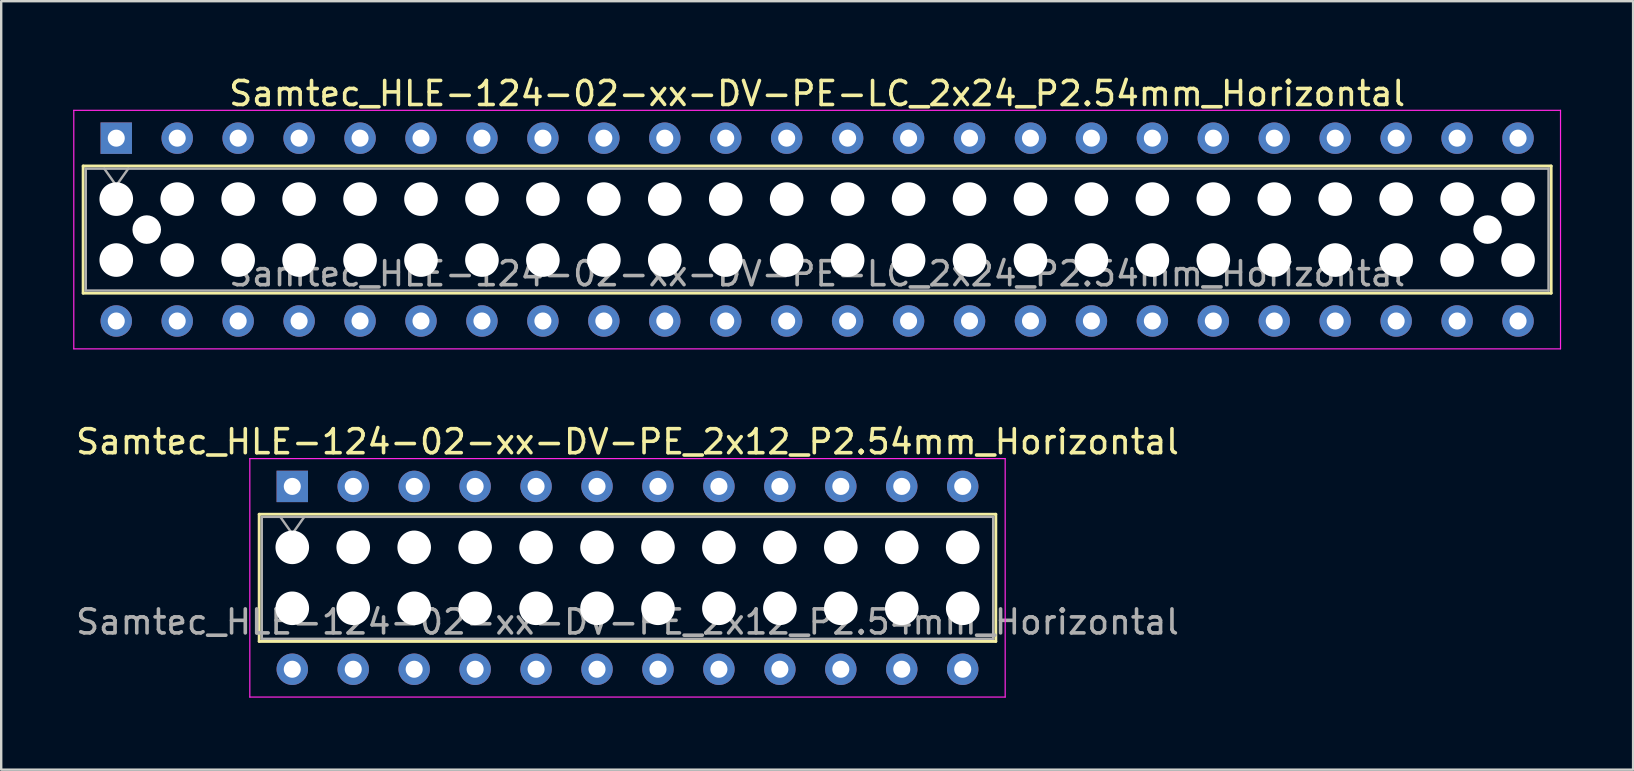
<source format=kicad_pcb>
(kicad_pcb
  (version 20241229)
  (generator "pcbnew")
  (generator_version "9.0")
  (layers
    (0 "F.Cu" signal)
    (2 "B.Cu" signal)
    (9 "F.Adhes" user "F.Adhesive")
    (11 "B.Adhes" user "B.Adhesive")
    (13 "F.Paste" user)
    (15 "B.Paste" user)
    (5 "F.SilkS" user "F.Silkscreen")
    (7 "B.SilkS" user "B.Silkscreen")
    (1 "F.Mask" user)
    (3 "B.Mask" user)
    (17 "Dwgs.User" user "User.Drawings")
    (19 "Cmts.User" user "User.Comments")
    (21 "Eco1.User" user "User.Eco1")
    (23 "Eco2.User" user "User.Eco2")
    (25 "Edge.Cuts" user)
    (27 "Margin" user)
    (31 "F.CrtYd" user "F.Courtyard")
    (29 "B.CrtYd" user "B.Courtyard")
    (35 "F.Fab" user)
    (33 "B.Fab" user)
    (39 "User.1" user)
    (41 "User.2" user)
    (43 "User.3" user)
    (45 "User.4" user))
  (footprint "Samtec_HLE-124-02-xx-DV-PE_2x12_P2.54mm_Horizontal"
    (layer "F.Cu")
    (at 9.131 17.221)
    (property "Reference" "Samtec_HLE-124-02-xx-DV-PE_2x12_P2.54mm_Horizontal" (at 13.97 -1.86 0) (layer "F.SilkS") (effects (font (size 1 1) (thickness 0.15))))
    (attr through_hole)
    (fp_line (start -1.38 1.16) (end 29.32 1.16) (stroke (width 0.12) (type solid)) (layer "F.SilkS"))
    (fp_line (start -1.38 6.46) (end -1.38 1.16) (stroke (width 0.12) (type solid)) (layer "F.SilkS"))
    (fp_line (start 29.32 1.16) (end 29.32 6.46) (stroke (width 0.12) (type solid)) (layer "F.SilkS"))
    (fp_line (start 29.32 6.46) (end -1.38 6.46) (stroke (width 0.12) (type solid)) (layer "F.SilkS"))
    (fp_line (start -1.77 -1.16) (end 29.71 -1.16) (stroke (width 0.05) (type solid)) (layer "F.CrtYd"))
    (fp_line (start -1.77 8.78) (end -1.77 -1.16) (stroke (width 0.05) (type solid)) (layer "F.CrtYd"))
    (fp_line (start 29.71 -1.16) (end 29.71 8.78) (stroke (width 0.05) (type solid)) (layer "F.CrtYd"))
    (fp_line (start 29.71 8.78) (end -1.77 8.78) (stroke (width 0.05) (type solid)) (layer "F.CrtYd"))
    (fp_line (start -1.27 1.27) (end 29.21 1.27) (stroke (width 0.1) (type solid)) (layer "F.Fab"))
    (fp_line (start -1.27 6.35) (end -1.27 1.27) (stroke (width 0.1) (type solid)) (layer "F.Fab"))
    (fp_line (start -0.5 1.27) (end 0 1.977) (stroke (width 0.1) (type solid)) (layer "F.Fab"))
    (fp_line (start 0 1.977) (end 0.5 1.27) (stroke (width 0.1) (type solid)) (layer "F.Fab"))
    (fp_line (start 29.21 1.27) (end 29.21 6.35) (stroke (width 0.1) (type solid)) (layer "F.Fab"))
    (fp_line (start 29.21 6.35) (end -1.27 6.35) (stroke (width 0.1) (type solid)) (layer "F.Fab"))
    (fp_text user "${REFERENCE}" (at 13.97 5.65 0) (layer "F.Fab") (effects (font (size 1 1) (thickness 0.15))))
    (pad "" np_thru_hole circle (at 0 2.54) (size 1.4 1.4) (drill 1.4) (layers "*.Cu" "*.Mask"))
    (pad "" np_thru_hole circle (at 0 5.08) (size 1.4 1.4) (drill 1.4) (layers "*.Cu" "*.Mask"))
    (pad "" np_thru_hole circle (at 2.54 2.54) (size 1.4 1.4) (drill 1.4) (layers "*.Cu" "*.Mask"))
    (pad "" np_thru_hole circle (at 2.54 5.08) (size 1.4 1.4) (drill 1.4) (layers "*.Cu" "*.Mask"))
    (pad "" np_thru_hole circle (at 5.08 2.54) (size 1.4 1.4) (drill 1.4) (layers "*.Cu" "*.Mask"))
    (pad "" np_thru_hole circle (at 5.08 5.08) (size 1.4 1.4) (drill 1.4) (layers "*.Cu" "*.Mask"))
    (pad "" np_thru_hole circle (at 7.62 2.54) (size 1.4 1.4) (drill 1.4) (layers "*.Cu" "*.Mask"))
    (pad "" np_thru_hole circle (at 7.62 5.08) (size 1.4 1.4) (drill 1.4) (layers "*.Cu" "*.Mask"))
    (pad "" np_thru_hole circle (at 10.16 2.54) (size 1.4 1.4) (drill 1.4) (layers "*.Cu" "*.Mask"))
    (pad "" np_thru_hole circle (at 10.16 5.08) (size 1.4 1.4) (drill 1.4) (layers "*.Cu" "*.Mask"))
    (pad "" np_thru_hole circle (at 12.7 2.54) (size 1.4 1.4) (drill 1.4) (layers "*.Cu" "*.Mask"))
    (pad "" np_thru_hole circle (at 12.7 5.08) (size 1.4 1.4) (drill 1.4) (layers "*.Cu" "*.Mask"))
    (pad "" np_thru_hole circle (at 15.24 2.54) (size 1.4 1.4) (drill 1.4) (layers "*.Cu" "*.Mask"))
    (pad "" np_thru_hole circle (at 15.24 5.08) (size 1.4 1.4) (drill 1.4) (layers "*.Cu" "*.Mask"))
    (pad "" np_thru_hole circle (at 17.78 2.54) (size 1.4 1.4) (drill 1.4) (layers "*.Cu" "*.Mask"))
    (pad "" np_thru_hole circle (at 17.78 5.08) (size 1.4 1.4) (drill 1.4) (layers "*.Cu" "*.Mask"))
    (pad "" np_thru_hole circle (at 20.32 2.54) (size 1.4 1.4) (drill 1.4) (layers "*.Cu" "*.Mask"))
    (pad "" np_thru_hole circle (at 20.32 5.08) (size 1.4 1.4) (drill 1.4) (layers "*.Cu" "*.Mask"))
    (pad "" np_thru_hole circle (at 22.86 2.54) (size 1.4 1.4) (drill 1.4) (layers "*.Cu" "*.Mask"))
    (pad "" np_thru_hole circle (at 22.86 5.08) (size 1.4 1.4) (drill 1.4) (layers "*.Cu" "*.Mask"))
    (pad "" np_thru_hole circle (at 25.4 2.54) (size 1.4 1.4) (drill 1.4) (layers "*.Cu" "*.Mask"))
    (pad "" np_thru_hole circle (at 25.4 5.08) (size 1.4 1.4) (drill 1.4) (layers "*.Cu" "*.Mask"))
    (pad "" np_thru_hole circle (at 27.94 2.54) (size 1.4 1.4) (drill 1.4) (layers "*.Cu" "*.Mask"))
    (pad "" np_thru_hole circle (at 27.94 5.08) (size 1.4 1.4) (drill 1.4) (layers "*.Cu" "*.Mask"))
    (pad "1" thru_hole rect (at 0 0) (size 1.31 1.31) (drill 0.71) (layers "*.Cu" "*.Mask"))
    (pad "2" thru_hole circle (at 0 7.62) (size 1.31 1.31) (drill 0.71) (layers "*.Cu" "*.Mask"))
    (pad "3" thru_hole circle (at 2.54 0) (size 1.31 1.31) (drill 0.71) (layers "*.Cu" "*.Mask"))
    (pad "4" thru_hole circle (at 2.54 7.62) (size 1.31 1.31) (drill 0.71) (layers "*.Cu" "*.Mask"))
    (pad "5" thru_hole circle (at 5.08 0) (size 1.31 1.31) (drill 0.71) (layers "*.Cu" "*.Mask"))
    (pad "6" thru_hole circle (at 5.08 7.62) (size 1.31 1.31) (drill 0.71) (layers "*.Cu" "*.Mask"))
    (pad "7" thru_hole circle (at 7.62 0) (size 1.31 1.31) (drill 0.71) (layers "*.Cu" "*.Mask"))
    (pad "8" thru_hole circle (at 7.62 7.62) (size 1.31 1.31) (drill 0.71) (layers "*.Cu" "*.Mask"))
    (pad "9" thru_hole circle (at 10.16 0) (size 1.31 1.31) (drill 0.71) (layers "*.Cu" "*.Mask"))
    (pad "10" thru_hole circle (at 10.16 7.62) (size 1.31 1.31) (drill 0.71) (layers "*.Cu" "*.Mask"))
    (pad "11" thru_hole circle (at 12.7 0) (size 1.31 1.31) (drill 0.71) (layers "*.Cu" "*.Mask"))
    (pad "12" thru_hole circle (at 12.7 7.62) (size 1.31 1.31) (drill 0.71) (layers "*.Cu" "*.Mask"))
    (pad "13" thru_hole circle (at 15.24 0) (size 1.31 1.31) (drill 0.71) (layers "*.Cu" "*.Mask"))
    (pad "14" thru_hole circle (at 15.24 7.62) (size 1.31 1.31) (drill 0.71) (layers "*.Cu" "*.Mask"))
    (pad "15" thru_hole circle (at 17.78 0) (size 1.31 1.31) (drill 0.71) (layers "*.Cu" "*.Mask"))
    (pad "16" thru_hole circle (at 17.78 7.62) (size 1.31 1.31) (drill 0.71) (layers "*.Cu" "*.Mask"))
    (pad "17" thru_hole circle (at 20.32 0) (size 1.31 1.31) (drill 0.71) (layers "*.Cu" "*.Mask"))
    (pad "18" thru_hole circle (at 20.32 7.62) (size 1.31 1.31) (drill 0.71) (layers "*.Cu" "*.Mask"))
    (pad "19" thru_hole circle (at 22.86 0) (size 1.31 1.31) (drill 0.71) (layers "*.Cu" "*.Mask"))
    (pad "20" thru_hole circle (at 22.86 7.62) (size 1.31 1.31) (drill 0.71) (layers "*.Cu" "*.Mask"))
    (pad "21" thru_hole circle (at 25.4 0) (size 1.31 1.31) (drill 0.71) (layers "*.Cu" "*.Mask"))
    (pad "22" thru_hole circle (at 25.4 7.62) (size 1.31 1.31) (drill 0.71) (layers "*.Cu" "*.Mask"))
    (pad "23" thru_hole circle (at 27.94 0) (size 1.31 1.31) (drill 0.71) (layers "*.Cu" "*.Mask"))
    (pad "24" thru_hole circle (at 27.94 7.62) (size 1.31 1.31) (drill 0.71) (layers "*.Cu" "*.Mask")))
  (footprint "Samtec_HLE-124-02-xx-DV-PE-LC_2x24_P2.54mm_Horizontal"
    (layer "F.Cu")
    (at 1.795 2.708)
    (property "Reference" "Samtec_HLE-124-02-xx-DV-PE-LC_2x24_P2.54mm_Horizontal" (at 29.21 -1.86 0) (layer "F.SilkS") (effects (font (size 1 1) (thickness 0.15))))
    (attr through_hole)
    (fp_line (start -1.38 1.16) (end 59.8 1.16) (stroke (width 0.12) (type solid)) (layer "F.SilkS"))
    (fp_line (start -1.38 6.46) (end -1.38 1.16) (stroke (width 0.12) (type solid)) (layer "F.SilkS"))
    (fp_line (start 59.8 1.16) (end 59.8 6.46) (stroke (width 0.12) (type solid)) (layer "F.SilkS"))
    (fp_line (start 59.8 6.46) (end -1.38 6.46) (stroke (width 0.12) (type solid)) (layer "F.SilkS"))
    (fp_line (start -1.77 -1.16) (end 60.19 -1.16) (stroke (width 0.05) (type solid)) (layer "F.CrtYd"))
    (fp_line (start -1.77 8.78) (end -1.77 -1.16) (stroke (width 0.05) (type solid)) (layer "F.CrtYd"))
    (fp_line (start 60.19 -1.16) (end 60.19 8.78) (stroke (width 0.05) (type solid)) (layer "F.CrtYd"))
    (fp_line (start 60.19 8.78) (end -1.77 8.78) (stroke (width 0.05) (type solid)) (layer "F.CrtYd"))
    (fp_line (start -1.27 1.27) (end 59.69 1.27) (stroke (width 0.1) (type solid)) (layer "F.Fab"))
    (fp_line (start -1.27 6.35) (end -1.27 1.27) (stroke (width 0.1) (type solid)) (layer "F.Fab"))
    (fp_line (start -0.5 1.27) (end 0 1.977) (stroke (width 0.1) (type solid)) (layer "F.Fab"))
    (fp_line (start 0 1.977) (end 0.5 1.27) (stroke (width 0.1) (type solid)) (layer "F.Fab"))
    (fp_line (start 59.69 1.27) (end 59.69 6.35) (stroke (width 0.1) (type solid)) (layer "F.Fab"))
    (fp_line (start 59.69 6.35) (end -1.27 6.35) (stroke (width 0.1) (type solid)) (layer "F.Fab"))
    (fp_text user "${REFERENCE}" (at 29.21 5.65 0) (layer "F.Fab") (effects (font (size 1 1) (thickness 0.15))))
    (pad "" np_thru_hole circle (at 0 2.54) (size 1.4 1.4) (drill 1.4) (layers "*.Cu" "*.Mask"))
    (pad "" np_thru_hole circle (at 0 5.08) (size 1.4 1.4) (drill 1.4) (layers "*.Cu" "*.Mask"))
    (pad "" np_thru_hole circle (at 1.27 3.81) (size 1.19 1.19) (drill 1.19) (layers "*.Cu" "*.Mask"))
    (pad "" np_thru_hole circle (at 2.54 2.54) (size 1.4 1.4) (drill 1.4) (layers "*.Cu" "*.Mask"))
    (pad "" np_thru_hole circle (at 2.54 5.08) (size 1.4 1.4) (drill 1.4) (layers "*.Cu" "*.Mask"))
    (pad "" np_thru_hole circle (at 5.08 2.54) (size 1.4 1.4) (drill 1.4) (layers "*.Cu" "*.Mask"))
    (pad "" np_thru_hole circle (at 5.08 5.08) (size 1.4 1.4) (drill 1.4) (layers "*.Cu" "*.Mask"))
    (pad "" np_thru_hole circle (at 7.62 2.54) (size 1.4 1.4) (drill 1.4) (layers "*.Cu" "*.Mask"))
    (pad "" np_thru_hole circle (at 7.62 5.08) (size 1.4 1.4) (drill 1.4) (layers "*.Cu" "*.Mask"))
    (pad "" np_thru_hole circle (at 10.16 2.54) (size 1.4 1.4) (drill 1.4) (layers "*.Cu" "*.Mask"))
    (pad "" np_thru_hole circle (at 10.16 5.08) (size 1.4 1.4) (drill 1.4) (layers "*.Cu" "*.Mask"))
    (pad "" np_thru_hole circle (at 12.7 2.54) (size 1.4 1.4) (drill 1.4) (layers "*.Cu" "*.Mask"))
    (pad "" np_thru_hole circle (at 12.7 5.08) (size 1.4 1.4) (drill 1.4) (layers "*.Cu" "*.Mask"))
    (pad "" np_thru_hole circle (at 15.24 2.54) (size 1.4 1.4) (drill 1.4) (layers "*.Cu" "*.Mask"))
    (pad "" np_thru_hole circle (at 15.24 5.08) (size 1.4 1.4) (drill 1.4) (layers "*.Cu" "*.Mask"))
    (pad "" np_thru_hole circle (at 17.78 2.54) (size 1.4 1.4) (drill 1.4) (layers "*.Cu" "*.Mask"))
    (pad "" np_thru_hole circle (at 17.78 5.08) (size 1.4 1.4) (drill 1.4) (layers "*.Cu" "*.Mask"))
    (pad "" np_thru_hole circle (at 20.32 2.54) (size 1.4 1.4) (drill 1.4) (layers "*.Cu" "*.Mask"))
    (pad "" np_thru_hole circle (at 20.32 5.08) (size 1.4 1.4) (drill 1.4) (layers "*.Cu" "*.Mask"))
    (pad "" np_thru_hole circle (at 22.86 2.54) (size 1.4 1.4) (drill 1.4) (layers "*.Cu" "*.Mask"))
    (pad "" np_thru_hole circle (at 22.86 5.08) (size 1.4 1.4) (drill 1.4) (layers "*.Cu" "*.Mask"))
    (pad "" np_thru_hole circle (at 25.4 2.54) (size 1.4 1.4) (drill 1.4) (layers "*.Cu" "*.Mask"))
    (pad "" np_thru_hole circle (at 25.4 5.08) (size 1.4 1.4) (drill 1.4) (layers "*.Cu" "*.Mask"))
    (pad "" np_thru_hole circle (at 27.94 2.54) (size 1.4 1.4) (drill 1.4) (layers "*.Cu" "*.Mask"))
    (pad "" np_thru_hole circle (at 27.94 5.08) (size 1.4 1.4) (drill 1.4) (layers "*.Cu" "*.Mask"))
    (pad "" np_thru_hole circle (at 30.48 2.54) (size 1.4 1.4) (drill 1.4) (layers "*.Cu" "*.Mask"))
    (pad "" np_thru_hole circle (at 30.48 5.08) (size 1.4 1.4) (drill 1.4) (layers "*.Cu" "*.Mask"))
    (pad "" np_thru_hole circle (at 33.02 2.54) (size 1.4 1.4) (drill 1.4) (layers "*.Cu" "*.Mask"))
    (pad "" np_thru_hole circle (at 33.02 5.08) (size 1.4 1.4) (drill 1.4) (layers "*.Cu" "*.Mask"))
    (pad "" np_thru_hole circle (at 35.56 2.54) (size 1.4 1.4) (drill 1.4) (layers "*.Cu" "*.Mask"))
    (pad "" np_thru_hole circle (at 35.56 5.08) (size 1.4 1.4) (drill 1.4) (layers "*.Cu" "*.Mask"))
    (pad "" np_thru_hole circle (at 38.1 2.54) (size 1.4 1.4) (drill 1.4) (layers "*.Cu" "*.Mask"))
    (pad "" np_thru_hole circle (at 38.1 5.08) (size 1.4 1.4) (drill 1.4) (layers "*.Cu" "*.Mask"))
    (pad "" np_thru_hole circle (at 40.64 2.54) (size 1.4 1.4) (drill 1.4) (layers "*.Cu" "*.Mask"))
    (pad "" np_thru_hole circle (at 40.64 5.08) (size 1.4 1.4) (drill 1.4) (layers "*.Cu" "*.Mask"))
    (pad "" np_thru_hole circle (at 43.18 2.54) (size 1.4 1.4) (drill 1.4) (layers "*.Cu" "*.Mask"))
    (pad "" np_thru_hole circle (at 43.18 5.08) (size 1.4 1.4) (drill 1.4) (layers "*.Cu" "*.Mask"))
    (pad "" np_thru_hole circle (at 45.72 2.54) (size 1.4 1.4) (drill 1.4) (layers "*.Cu" "*.Mask"))
    (pad "" np_thru_hole circle (at 45.72 5.08) (size 1.4 1.4) (drill 1.4) (layers "*.Cu" "*.Mask"))
    (pad "" np_thru_hole circle (at 48.26 2.54) (size 1.4 1.4) (drill 1.4) (layers "*.Cu" "*.Mask"))
    (pad "" np_thru_hole circle (at 48.26 5.08) (size 1.4 1.4) (drill 1.4) (layers "*.Cu" "*.Mask"))
    (pad "" np_thru_hole circle (at 50.8 2.54) (size 1.4 1.4) (drill 1.4) (layers "*.Cu" "*.Mask"))
    (pad "" np_thru_hole circle (at 50.8 5.08) (size 1.4 1.4) (drill 1.4) (layers "*.Cu" "*.Mask"))
    (pad "" np_thru_hole circle (at 53.34 2.54) (size 1.4 1.4) (drill 1.4) (layers "*.Cu" "*.Mask"))
    (pad "" np_thru_hole circle (at 53.34 5.08) (size 1.4 1.4) (drill 1.4) (layers "*.Cu" "*.Mask"))
    (pad "" np_thru_hole circle (at 55.88 2.54) (size 1.4 1.4) (drill 1.4) (layers "*.Cu" "*.Mask"))
    (pad "" np_thru_hole circle (at 55.88 5.08) (size 1.4 1.4) (drill 1.4) (layers "*.Cu" "*.Mask"))
    (pad "" np_thru_hole circle (at 57.15 3.81) (size 1.19 1.19) (drill 1.19) (layers "*.Cu" "*.Mask"))
    (pad "" np_thru_hole circle (at 58.42 2.54) (size 1.4 1.4) (drill 1.4) (layers "*.Cu" "*.Mask"))
    (pad "" np_thru_hole circle (at 58.42 5.08) (size 1.4 1.4) (drill 1.4) (layers "*.Cu" "*.Mask"))
    (pad "1" thru_hole rect (at 0 0) (size 1.31 1.31) (drill 0.71) (layers "*.Cu" "*.Mask"))
    (pad "2" thru_hole circle (at 0 7.62) (size 1.31 1.31) (drill 0.71) (layers "*.Cu" "*.Mask"))
    (pad "3" thru_hole circle (at 2.54 0) (size 1.31 1.31) (drill 0.71) (layers "*.Cu" "*.Mask"))
    (pad "4" thru_hole circle (at 2.54 7.62) (size 1.31 1.31) (drill 0.71) (layers "*.Cu" "*.Mask"))
    (pad "5" thru_hole circle (at 5.08 0) (size 1.31 1.31) (drill 0.71) (layers "*.Cu" "*.Mask"))
    (pad "6" thru_hole circle (at 5.08 7.62) (size 1.31 1.31) (drill 0.71) (layers "*.Cu" "*.Mask"))
    (pad "7" thru_hole circle (at 7.62 0) (size 1.31 1.31) (drill 0.71) (layers "*.Cu" "*.Mask"))
    (pad "8" thru_hole circle (at 7.62 7.62) (size 1.31 1.31) (drill 0.71) (layers "*.Cu" "*.Mask"))
    (pad "9" thru_hole circle (at 10.16 0) (size 1.31 1.31) (drill 0.71) (layers "*.Cu" "*.Mask"))
    (pad "10" thru_hole circle (at 10.16 7.62) (size 1.31 1.31) (drill 0.71) (layers "*.Cu" "*.Mask"))
    (pad "11" thru_hole circle (at 12.7 0) (size 1.31 1.31) (drill 0.71) (layers "*.Cu" "*.Mask"))
    (pad "12" thru_hole circle (at 12.7 7.62) (size 1.31 1.31) (drill 0.71) (layers "*.Cu" "*.Mask"))
    (pad "13" thru_hole circle (at 15.24 0) (size 1.31 1.31) (drill 0.71) (layers "*.Cu" "*.Mask"))
    (pad "14" thru_hole circle (at 15.24 7.62) (size 1.31 1.31) (drill 0.71) (layers "*.Cu" "*.Mask"))
    (pad "15" thru_hole circle (at 17.78 0) (size 1.31 1.31) (drill 0.71) (layers "*.Cu" "*.Mask"))
    (pad "16" thru_hole circle (at 17.78 7.62) (size 1.31 1.31) (drill 0.71) (layers "*.Cu" "*.Mask"))
    (pad "17" thru_hole circle (at 20.32 0) (size 1.31 1.31) (drill 0.71) (layers "*.Cu" "*.Mask"))
    (pad "18" thru_hole circle (at 20.32 7.62) (size 1.31 1.31) (drill 0.71) (layers "*.Cu" "*.Mask"))
    (pad "19" thru_hole circle (at 22.86 0) (size 1.31 1.31) (drill 0.71) (layers "*.Cu" "*.Mask"))
    (pad "20" thru_hole circle (at 22.86 7.62) (size 1.31 1.31) (drill 0.71) (layers "*.Cu" "*.Mask"))
    (pad "21" thru_hole circle (at 25.4 0) (size 1.31 1.31) (drill 0.71) (layers "*.Cu" "*.Mask"))
    (pad "22" thru_hole circle (at 25.4 7.62) (size 1.31 1.31) (drill 0.71) (layers "*.Cu" "*.Mask"))
    (pad "23" thru_hole circle (at 27.94 0) (size 1.31 1.31) (drill 0.71) (layers "*.Cu" "*.Mask"))
    (pad "24" thru_hole circle (at 27.94 7.62) (size 1.31 1.31) (drill 0.71) (layers "*.Cu" "*.Mask"))
    (pad "25" thru_hole circle (at 30.48 0) (size 1.31 1.31) (drill 0.71) (layers "*.Cu" "*.Mask"))
    (pad "26" thru_hole circle (at 30.48 7.62) (size 1.31 1.31) (drill 0.71) (layers "*.Cu" "*.Mask"))
    (pad "27" thru_hole circle (at 33.02 0) (size 1.31 1.31) (drill 0.71) (layers "*.Cu" "*.Mask"))
    (pad "28" thru_hole circle (at 33.02 7.62) (size 1.31 1.31) (drill 0.71) (layers "*.Cu" "*.Mask"))
    (pad "29" thru_hole circle (at 35.56 0) (size 1.31 1.31) (drill 0.71) (layers "*.Cu" "*.Mask"))
    (pad "30" thru_hole circle (at 35.56 7.62) (size 1.31 1.31) (drill 0.71) (layers "*.Cu" "*.Mask"))
    (pad "31" thru_hole circle (at 38.1 0) (size 1.31 1.31) (drill 0.71) (layers "*.Cu" "*.Mask"))
    (pad "32" thru_hole circle (at 38.1 7.62) (size 1.31 1.31) (drill 0.71) (layers "*.Cu" "*.Mask"))
    (pad "33" thru_hole circle (at 40.64 0) (size 1.31 1.31) (drill 0.71) (layers "*.Cu" "*.Mask"))
    (pad "34" thru_hole circle (at 40.64 7.62) (size 1.31 1.31) (drill 0.71) (layers "*.Cu" "*.Mask"))
    (pad "35" thru_hole circle (at 43.18 0) (size 1.31 1.31) (drill 0.71) (layers "*.Cu" "*.Mask"))
    (pad "36" thru_hole circle (at 43.18 7.62) (size 1.31 1.31) (drill 0.71) (layers "*.Cu" "*.Mask"))
    (pad "37" thru_hole circle (at 45.72 0) (size 1.31 1.31) (drill 0.71) (layers "*.Cu" "*.Mask"))
    (pad "38" thru_hole circle (at 45.72 7.62) (size 1.31 1.31) (drill 0.71) (layers "*.Cu" "*.Mask"))
    (pad "39" thru_hole circle (at 48.26 0) (size 1.31 1.31) (drill 0.71) (layers "*.Cu" "*.Mask"))
    (pad "40" thru_hole circle (at 48.26 7.62) (size 1.31 1.31) (drill 0.71) (layers "*.Cu" "*.Mask"))
    (pad "41" thru_hole circle (at 50.8 0) (size 1.31 1.31) (drill 0.71) (layers "*.Cu" "*.Mask"))
    (pad "42" thru_hole circle (at 50.8 7.62) (size 1.31 1.31) (drill 0.71) (layers "*.Cu" "*.Mask"))
    (pad "43" thru_hole circle (at 53.34 0) (size 1.31 1.31) (drill 0.71) (layers "*.Cu" "*.Mask"))
    (pad "44" thru_hole circle (at 53.34 7.62) (size 1.31 1.31) (drill 0.71) (layers "*.Cu" "*.Mask"))
    (pad "45" thru_hole circle (at 55.88 0) (size 1.31 1.31) (drill 0.71) (layers "*.Cu" "*.Mask"))
    (pad "46" thru_hole circle (at 55.88 7.62) (size 1.31 1.31) (drill 0.71) (layers "*.Cu" "*.Mask"))
    (pad "47" thru_hole circle (at 58.42 0) (size 1.31 1.31) (drill 0.71) (layers "*.Cu" "*.Mask"))
    (pad "48" thru_hole circle (at 58.42 7.62) (size 1.31 1.31) (drill 0.71) (layers "*.Cu" "*.Mask")))
  (gr_rect
    (start -3 -3)
    (end 65.01 29.026)
    (stroke (width 0.1) (type default))
    (fill no)
    (layer "Edge.Cuts")))
</source>
